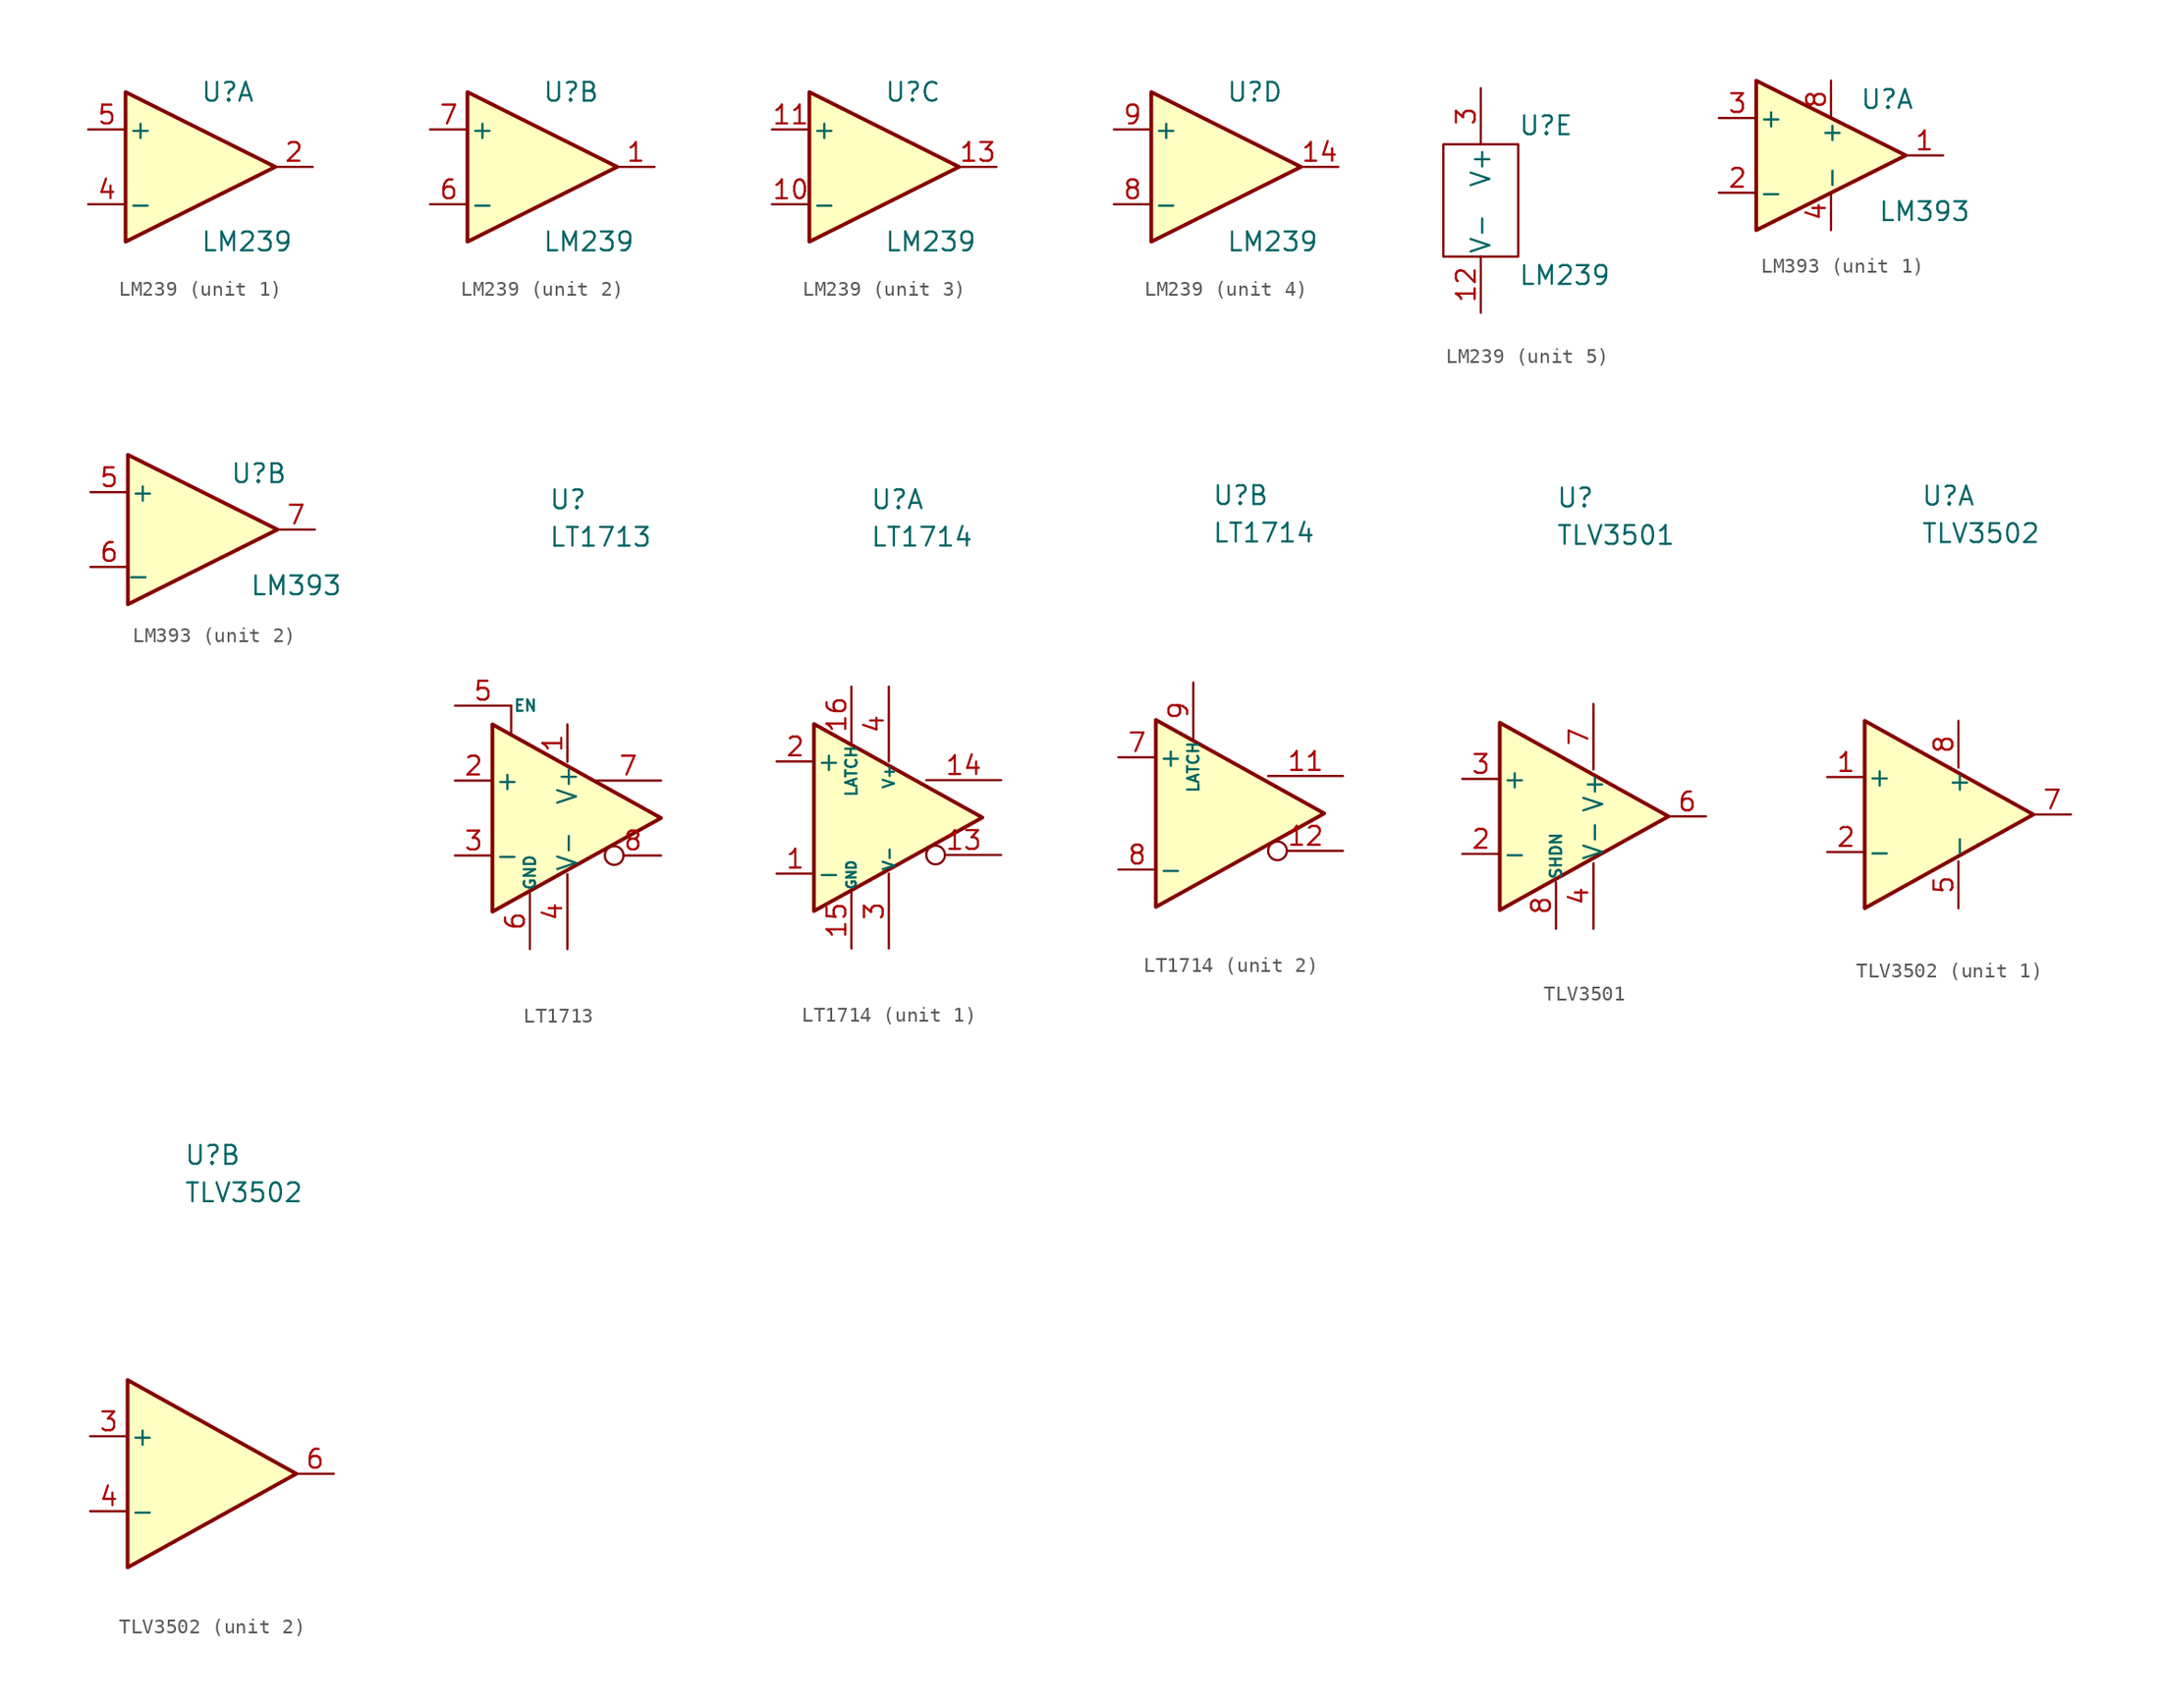
<source format=kicad_sym>
(kicad_symbol_lib
  (version 20211014)
  (generator kicad_symbol_editor)
  (symbol "LM239"
    (pin_names
      (offset 0.127))
    (property "Reference" "U"
      (at 0 5.08 0)
      (effects (font (size 1.27 1.27)) (justify left)))
    (property "Value" "LM239"
      (at 0 -5.08 0)
      (effects (font (size 1.27 1.27)) (justify left)))
    (property "ki_locked" ""
      (at 0 0 0)
      (effects (font (size 1.27 1.27))))
    (symbol "LM239_1_1"
      (polyline (pts (xy -5.08 5.08) (xy 5.08 0) (xy -5.08 -5.08) (xy -5.08 5.08)) (stroke (width 0.254) (type default) (color 0 0 0 0)) (fill (type background)))
      (pin open_collector line (at 7.62 0 180) (length 2.54) (name "~" (effects (font (size 1.27 1.27)))) (number "2" (effects (font (size 1.27 1.27)))))
      (pin input line (at -7.62 -2.54 0) (length 2.54) (name "-" (effects (font (size 1.27 1.27)))) (number "4" (effects (font (size 1.27 1.27)))))
      (pin input line (at -7.62 2.54 0) (length 2.54) (name "+" (effects (font (size 1.27 1.27)))) (number "5" (effects (font (size 1.27 1.27))))))
    (symbol "LM239_2_1"
      (polyline (pts (xy -5.08 5.08) (xy 5.08 0) (xy -5.08 -5.08) (xy -5.08 5.08)) (stroke (width 0.254) (type default) (color 0 0 0 0)) (fill (type background)))
      (pin open_collector line (at 7.62 0 180) (length 2.54) (name "~" (effects (font (size 1.27 1.27)))) (number "1" (effects (font (size 1.27 1.27)))))
      (pin input line (at -7.62 -2.54 0) (length 2.54) (name "-" (effects (font (size 1.27 1.27)))) (number "6" (effects (font (size 1.27 1.27)))))
      (pin input line (at -7.62 2.54 0) (length 2.54) (name "+" (effects (font (size 1.27 1.27)))) (number "7" (effects (font (size 1.27 1.27))))))
    (symbol "LM239_3_1"
      (polyline (pts (xy -5.08 5.08) (xy 5.08 0) (xy -5.08 -5.08) (xy -5.08 5.08)) (stroke (width 0.254) (type default) (color 0 0 0 0)) (fill (type background)))
      (pin input line (at -7.62 -2.54 0) (length 2.54) (name "-" (effects (font (size 1.27 1.27)))) (number "10" (effects (font (size 1.27 1.27)))))
      (pin input line (at -7.62 2.54 0) (length 2.54) (name "+" (effects (font (size 1.27 1.27)))) (number "11" (effects (font (size 1.27 1.27)))))
      (pin open_collector line (at 7.62 0 180) (length 2.54) (name "~" (effects (font (size 1.27 1.27)))) (number "13" (effects (font (size 1.27 1.27))))))
    (symbol "LM239_4_1"
      (polyline (pts (xy -5.08 5.08) (xy 5.08 0) (xy -5.08 -5.08) (xy -5.08 5.08)) (stroke (width 0.254) (type default) (color 0 0 0 0)) (fill (type background)))
      (pin open_collector line (at 7.62 0 180) (length 2.54) (name "~" (effects (font (size 1.27 1.27)))) (number "14" (effects (font (size 1.27 1.27)))))
      (pin input line (at -7.62 -2.54 0) (length 2.54) (name "-" (effects (font (size 1.27 1.27)))) (number "8" (effects (font (size 1.27 1.27)))))
      (pin input line (at -7.62 2.54 0) (length 2.54) (name "+" (effects (font (size 1.27 1.27)))) (number "9" (effects (font (size 1.27 1.27))))))
    (symbol "LM239_5_1"
      (rectangle (start -5.08 3.81) (end 0 -3.81) (stroke (width 0) (type default) (color 0 0 0 0)) (fill (type none)))
      (pin power_in line (at -2.54 -7.62 90) (length 3.81) (name "V-" (effects (font (size 1.27 1.27)))) (number "12" (effects (font (size 1.27 1.27)))))
      (pin power_in line (at -2.54 7.62 270) (length 3.81) (name "V+" (effects (font (size 1.27 1.27)))) (number "3" (effects (font (size 1.27 1.27)))))))
  (symbol "LM393"
    (pin_names
      (offset 0.127))
    (property "Reference" "U"
      (at 3.81 3.81 0)
      (effects (font (size 1.27 1.27))))
    (property "Value" "LM393"
      (at 6.35 -3.81 0)
      (effects (font (size 1.27 1.27))))
    (property "ki_locked" ""
      (at 0 0 0)
      (effects (font (size 1.27 1.27))))
    (symbol "LM393_1_1"
      (polyline (pts (xy -5.08 5.08) (xy 5.08 0) (xy -5.08 -5.08) (xy -5.08 5.08)) (stroke (width 0.254) (type default) (color 0 0 0 0)) (fill (type background)))
      (pin open_collector line (at 7.62 0 180) (length 2.54) (name "~" (effects (font (size 1.27 1.27)))) (number "1" (effects (font (size 1.27 1.27)))))
      (pin input line (at -7.62 -2.54 0) (length 2.54) (name "-" (effects (font (size 1.27 1.27)))) (number "2" (effects (font (size 1.27 1.27)))))
      (pin input line (at -7.62 2.54 0) (length 2.54) (name "+" (effects (font (size 1.27 1.27)))) (number "3" (effects (font (size 1.27 1.27)))))
      (pin power_in line (at 0 -5.08 90) (length 2.54) (name "-" (effects (font (size 1.27 1.27)))) (number "4" (effects (font (size 1.27 1.27)))))
      (pin power_in line (at 0 5.08 270) (length 2.54) (name "+" (effects (font (size 1.27 1.27)))) (number "8" (effects (font (size 1.27 1.27))))))
    (symbol "LM393_2_1"
      (polyline (pts (xy -5.08 5.08) (xy 5.08 0) (xy -5.08 -5.08) (xy -5.08 5.08)) (stroke (width 0.254) (type default) (color 0 0 0 0)) (fill (type background)))
      (pin input line (at -7.62 2.54 0) (length 2.54) (name "+" (effects (font (size 1.27 1.27)))) (number "5" (effects (font (size 1.27 1.27)))))
      (pin input line (at -7.62 -2.54 0) (length 2.54) (name "_" (effects (font (size 1.27 1.27)))) (number "6" (effects (font (size 1.27 1.27)))))
      (pin open_collector line (at 7.62 0 180) (length 2.54) (name "~" (effects (font (size 1.27 1.27)))) (number "7" (effects (font (size 1.27 1.27)))))))
  (symbol "LT1713"
    (pin_names
      (offset 0.127))
    (property "Reference" "U"
      (at -1.27 21.59 0)
      (effects (font (size 1.27 1.27)) (justify left)))
    (property "Value" "LT1713"
      (at -1.27 19.05 0)
      (effects (font (size 1.27 1.27)) (justify left)))
    (symbol "LT1713_0_0"
      (pin power_in line (at 0 6.35 270) (length 2.54) (name "V+" (effects (font (size 1.27 1.27)))) (number "1" (effects (font (size 1.27 1.27)))))
      (pin output line (at 6.35 2.54 180) (length 4.445) (name "~" (effects (font (size 1.27 1.27)))) (number "7" (effects (font (size 1.27 1.27)))))
      (pin output inverted (at 6.35 -2.54 180) (length 3.81) (name "~" (effects (font (size 1.27 1.27)))) (number "8" (effects (font (size 1.27 1.27))))))
    (symbol "LT1713_0_1"
      (polyline (pts (xy -5.08 6.35) (xy 6.35 0) (xy -5.08 -6.35) (xy -5.08 6.35)) (stroke (width 0.254) (type default) (color 0 0 0 0)) (fill (type background))))
    (symbol "LT1713_1_1"
      (polyline (pts (xy -3.81 7.62) (xy -3.81 5.715)) (stroke (width 0) (type default) (color 0 0 0 0)) (fill (type none)))
      (pin input line (at -7.62 2.54 0) (length 2.54) (name "+" (effects (font (size 1.27 1.27)))) (number "2" (effects (font (size 1.27 1.27)))))
      (pin input line (at -7.62 -2.54 0) (length 2.54) (name "-" (effects (font (size 1.27 1.27)))) (number "3" (effects (font (size 1.27 1.27)))))
      (pin power_in line (at 0 -8.89 90) (length 5.08) (name "V-" (effects (font (size 1.27 1.27)))) (number "4" (effects (font (size 1.27 1.27)))))
      (pin input line (at -7.62 7.62 0) (length 3.81) (name "EN" (effects (font (size 0.762 0.762)))) (number "5" (effects (font (size 1.27 1.27)))))
      (pin power_in line (at -2.54 -8.89 90) (length 3.81) (name "GND" (effects (font (size 0.762 0.762)))) (number "6" (effects (font (size 1.27 1.27)))))))
  (symbol "LT1714"
    (pin_names
      (offset 0.127))
    (property "Reference" "U"
      (at -1.27 21.59 0)
      (effects (font (size 1.27 1.27)) (justify left)))
    (property "Value" "LT1714"
      (at -1.27 19.05 0)
      (effects (font (size 1.27 1.27)) (justify left)))
    (property "ki_locked" ""
      (at 0 0 0)
      (effects (font (size 1.27 1.27))))
    (symbol "LT1714_0_1"
      (polyline (pts (xy -5.08 6.35) (xy 6.35 0) (xy -5.08 -6.35) (xy -5.08 6.35)) (stroke (width 0.254) (type default) (color 0 0 0 0)) (fill (type background))))
    (symbol "LT1714_1_1"
      (pin input line (at -7.62 -3.81 0) (length 2.54) (name "-" (effects (font (size 1.27 1.27)))) (number "1" (effects (font (size 1.27 1.27)))))
      (pin power_in line (at -2.54 -8.89 90) (length 3.81) hide (name "GND" (effects (font (size 0.635 0.635)))) (number "10" (effects (font (size 1.27 1.27)))))
      (pin output inverted (at 7.62 -2.54 180) (length 5.08) (name "~" (effects (font (size 1.27 1.27)))) (number "13" (effects (font (size 1.27 1.27)))))
      (pin output line (at 7.62 2.54 180) (length 5.08) (name "~" (effects (font (size 1.27 1.27)))) (number "14" (effects (font (size 1.27 1.27)))))
      (pin power_in line (at -2.54 -8.89 90) (length 3.81) (name "GND" (effects (font (size 0.635 0.635)))) (number "15" (effects (font (size 1.27 1.27)))))
      (pin input line (at -2.54 8.89 270) (length 3.81) (name "LATCH" (effects (font (size 0.762 0.762)))) (number "16" (effects (font (size 1.27 1.27)))))
      (pin input line (at -7.62 3.81 0) (length 2.54) (name "+" (effects (font (size 1.27 1.27)))) (number "2" (effects (font (size 1.27 1.27)))))
      (pin power_in line (at 0 -8.89 90) (length 5.08) (name "V-" (effects (font (size 0.762 0.762)))) (number "3" (effects (font (size 1.27 1.27)))))
      (pin power_in line (at 0 8.89 270) (length 5.08) (name "V+" (effects (font (size 0.762 0.762)))) (number "4" (effects (font (size 1.27 1.27)))))
      (pin power_in line (at 0 8.89 270) (length 5.08) hide (name "V+" (effects (font (size 0.762 0.762)))) (number "5" (effects (font (size 1.27 1.27)))))
      (pin power_in line (at 0 -8.89 90) (length 5.08) hide (name "V-" (effects (font (size 0.762 0.762)))) (number "6" (effects (font (size 1.27 1.27))))))
    (symbol "LT1714_2_1"
      (pin output line (at 7.62 2.54 180) (length 5.08) (name "~" (effects (font (size 1.27 1.27)))) (number "11" (effects (font (size 1.27 1.27)))))
      (pin output inverted (at 7.62 -2.54 180) (length 5.08) (name "~" (effects (font (size 1.27 1.27)))) (number "12" (effects (font (size 1.27 1.27)))))
      (pin input line (at -7.62 3.81 0) (length 2.54) (name "+" (effects (font (size 1.27 1.27)))) (number "7" (effects (font (size 1.27 1.27)))))
      (pin input line (at -7.62 -3.81 0) (length 2.54) (name "-" (effects (font (size 1.27 1.27)))) (number "8" (effects (font (size 1.27 1.27)))))
      (pin input line (at -2.54 8.89 270) (length 3.81) (name "LATCH" (effects (font (size 0.762 0.762)))) (number "9" (effects (font (size 1.27 1.27)))))))
  (symbol "TLV3501"
    (pin_names
      (offset 0.127))
    (property "Reference" "U"
      (at -1.27 21.59 0)
      (effects (font (size 1.27 1.27)) (justify left)))
    (property "Value" "TLV3501"
      (at -1.27 19.05 0)
      (effects (font (size 1.27 1.27)) (justify left)))
    (symbol "TLV3501_0_0"
      (pin power_in line (at 1.27 7.62 270) (length 4.445) (name "V+" (effects (font (size 1.27 1.27)))) (number "7" (effects (font (size 1.27 1.27)))))
      (pin input line (at -1.27 -7.62 90) (length 3.175) (name "SHDN" (effects (font (size 0.762 0.762)))) (number "8" (effects (font (size 1.27 1.27))))))
    (symbol "TLV3501_0_1"
      (polyline (pts (xy -5.08 6.35) (xy 6.35 0) (xy -5.08 -6.35) (xy -5.08 6.35)) (stroke (width 0.254) (type default) (color 0 0 0 0)) (fill (type background))))
    (symbol "TLV3501_1_1"
      (pin input line (at -7.62 -2.54 0) (length 2.54) (name "-" (effects (font (size 1.27 1.27)))) (number "2" (effects (font (size 1.27 1.27)))))
      (pin input line (at -7.62 2.54 0) (length 2.54) (name "+" (effects (font (size 1.27 1.27)))) (number "3" (effects (font (size 1.27 1.27)))))
      (pin power_in line (at 1.27 -7.62 90) (length 4.445) (name "V-" (effects (font (size 1.27 1.27)))) (number "4" (effects (font (size 1.27 1.27)))))
      (pin output line (at 8.89 0 180) (length 2.54) (name "~" (effects (font (size 0.762 0.762)))) (number "6" (effects (font (size 1.27 1.27)))))))
  (symbol "TLV3502"
    (pin_names
      (offset 0.127))
    (property "Reference" "U"
      (at -1.27 21.59 0)
      (effects (font (size 1.27 1.27)) (justify left)))
    (property "Value" "TLV3502"
      (at -1.27 19.05 0)
      (effects (font (size 1.27 1.27)) (justify left)))
    (property "ki_locked" ""
      (at 0 0 0)
      (effects (font (size 1.27 1.27))))
    (symbol "TLV3502_0_1"
      (polyline (pts (xy -5.08 6.35) (xy 6.35 0) (xy -5.08 -6.35) (xy -5.08 6.35)) (stroke (width 0.254) (type default) (color 0 0 0 0)) (fill (type background))))
    (symbol "TLV3502_1_1"
      (pin input line (at -7.62 2.54 0) (length 2.54) (name "+" (effects (font (size 1.27 1.27)))) (number "1" (effects (font (size 1.27 1.27)))))
      (pin input line (at -7.62 -2.54 0) (length 2.54) (name "-" (effects (font (size 1.27 1.27)))) (number "2" (effects (font (size 1.27 1.27)))))
      (pin power_in line (at 1.27 -6.35 90) (length 3.175) (name "-" (effects (font (size 1.27 1.27)))) (number "5" (effects (font (size 1.27 1.27)))))
      (pin output line (at 8.89 0 180) (length 2.54) (name "~" (effects (font (size 0.762 0.762)))) (number "7" (effects (font (size 1.27 1.27)))))
      (pin power_in line (at 1.27 6.35 270) (length 3.175) (name "+" (effects (font (size 1.27 1.27)))) (number "8" (effects (font (size 1.27 1.27))))))
    (symbol "TLV3502_2_1"
      (pin input line (at -7.62 2.54 0) (length 2.54) (name "+" (effects (font (size 1.27 1.27)))) (number "3" (effects (font (size 1.27 1.27)))))
      (pin input line (at -7.62 -2.54 0) (length 2.54) (name "-" (effects (font (size 1.27 1.27)))) (number "4" (effects (font (size 1.27 1.27)))))
      (pin output line (at 8.89 0 180) (length 2.54) (name "~" (effects (font (size 0.762 0.762)))) (number "6" (effects (font (size 1.27 1.27))))))))
</source>
